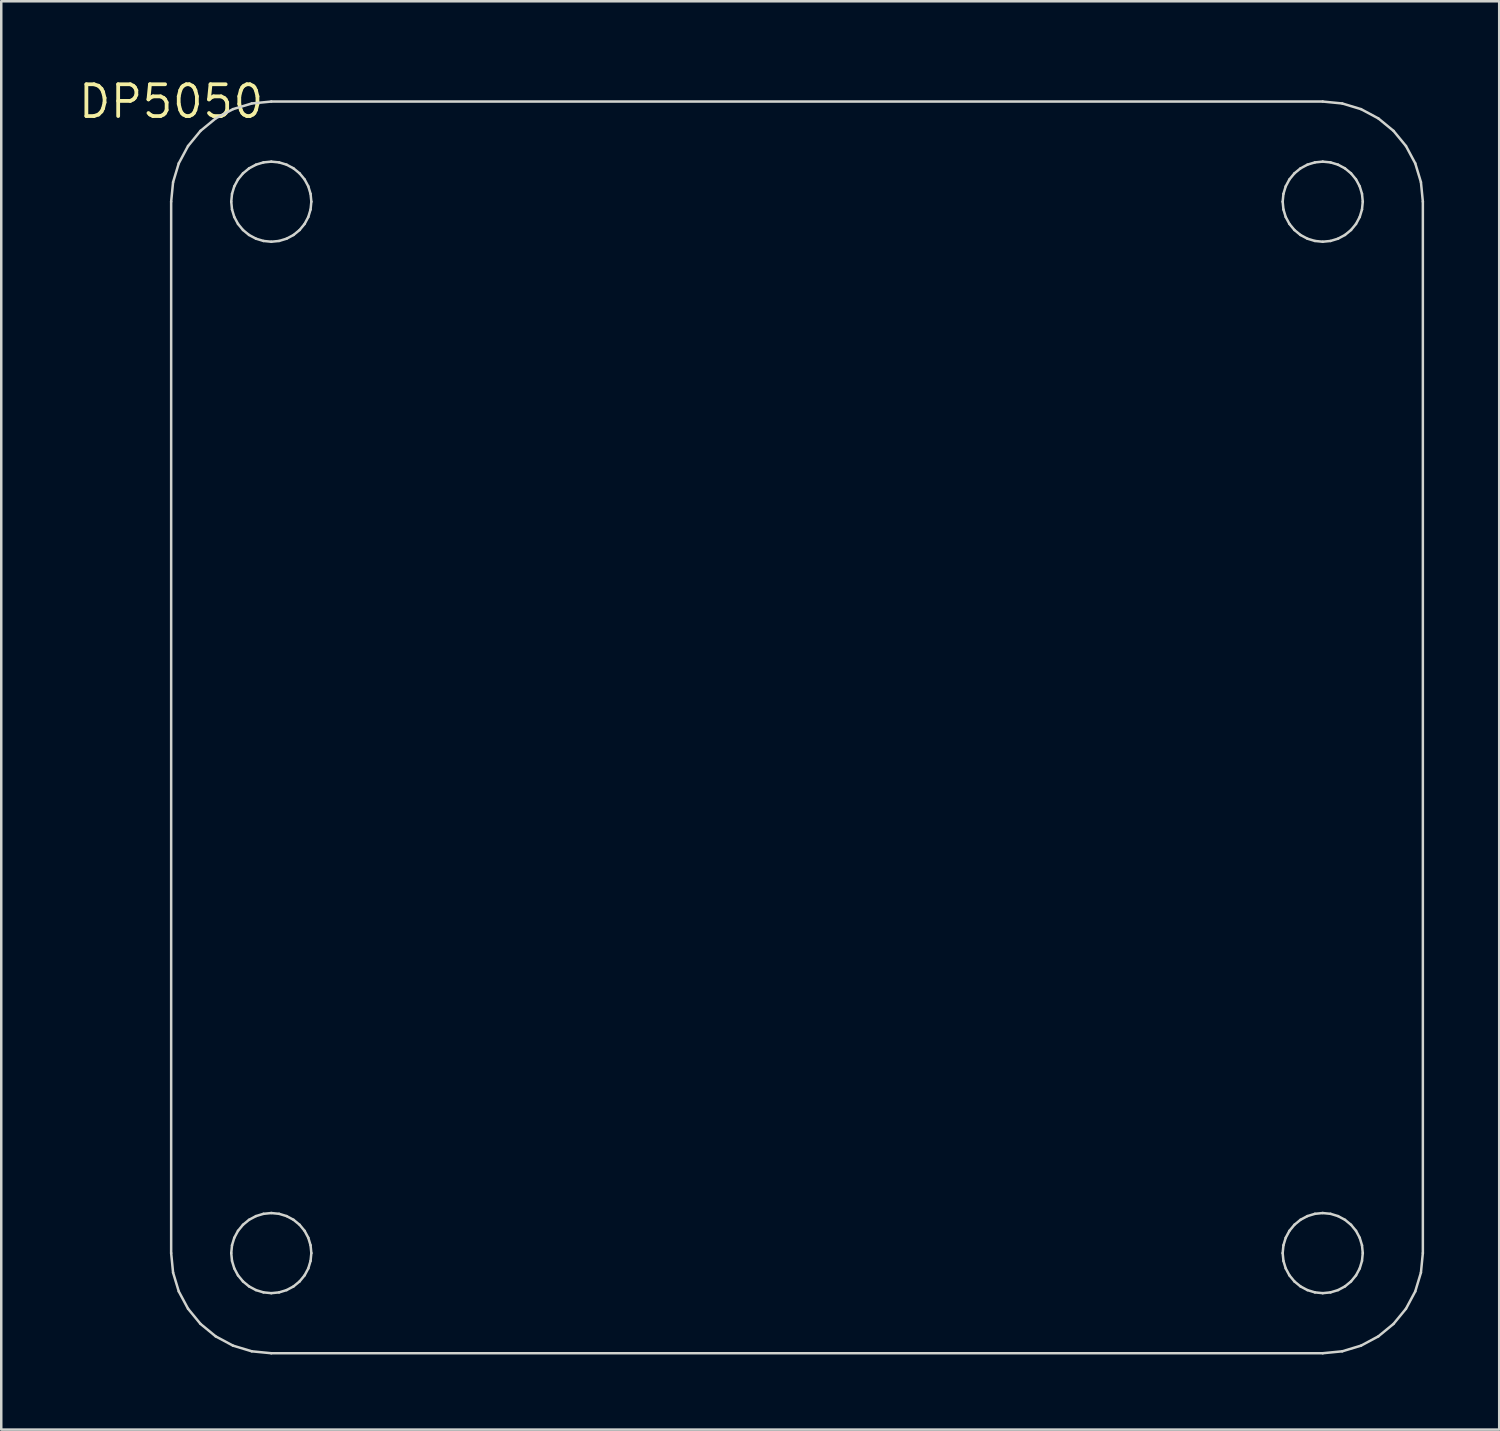
<source format=kicad_pcb>
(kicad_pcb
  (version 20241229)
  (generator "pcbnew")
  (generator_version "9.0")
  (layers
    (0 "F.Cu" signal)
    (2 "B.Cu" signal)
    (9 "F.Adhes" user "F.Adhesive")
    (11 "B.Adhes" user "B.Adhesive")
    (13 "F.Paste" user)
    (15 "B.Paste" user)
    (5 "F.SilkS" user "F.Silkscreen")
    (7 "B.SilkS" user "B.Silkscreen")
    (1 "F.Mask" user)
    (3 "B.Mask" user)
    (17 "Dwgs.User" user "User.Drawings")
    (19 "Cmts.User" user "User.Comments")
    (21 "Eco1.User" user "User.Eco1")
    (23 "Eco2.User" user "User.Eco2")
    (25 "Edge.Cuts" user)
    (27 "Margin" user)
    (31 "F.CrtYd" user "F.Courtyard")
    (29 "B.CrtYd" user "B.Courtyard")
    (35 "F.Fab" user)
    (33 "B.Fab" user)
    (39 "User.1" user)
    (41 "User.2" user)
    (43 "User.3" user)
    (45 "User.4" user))
  (footprint "DP5050"
    (layer "F.Cu")
    (at 3.787 1.006)
    (property "Reference" "DP5050" (at 0 0 0) (layer "F.SilkS") (effects (font (size 1.27 1.27) (thickness 0.15))))
    (attr through_hole)
    (fp_line (start 0 4) (end 0.077 3.22) (stroke (width 0.1) (type solid)) (layer "Edge.Cuts"))
    (fp_line (start 0 46) (end 0 4) (stroke (width 0.1) (type solid)) (layer "Edge.Cuts"))
    (fp_line (start 0.077 3.22) (end 0.304 2.469) (stroke (width 0.1) (type solid)) (layer "Edge.Cuts"))
    (fp_line (start 0.077 46.78) (end 0 46) (stroke (width 0.1) (type solid)) (layer "Edge.Cuts"))
    (fp_line (start 0.304 2.469) (end 0.674 1.778) (stroke (width 0.1) (type solid)) (layer "Edge.Cuts"))
    (fp_line (start 0.304 47.531) (end 0.077 46.78) (stroke (width 0.1) (type solid)) (layer "Edge.Cuts"))
    (fp_line (start 0.674 1.778) (end 1.172 1.172) (stroke (width 0.1) (type solid)) (layer "Edge.Cuts"))
    (fp_line (start 0.674 48.222) (end 0.304 47.531) (stroke (width 0.1) (type solid)) (layer "Edge.Cuts"))
    (fp_line (start 1.172 1.172) (end 1.778 0.674) (stroke (width 0.1) (type solid)) (layer "Edge.Cuts"))
    (fp_line (start 1.172 48.828) (end 0.674 48.222) (stroke (width 0.1) (type solid)) (layer "Edge.Cuts"))
    (fp_line (start 1.778 0.674) (end 2.469 0.304) (stroke (width 0.1) (type solid)) (layer "Edge.Cuts"))
    (fp_line (start 1.778 49.326) (end 1.172 48.828) (stroke (width 0.1) (type solid)) (layer "Edge.Cuts"))
    (fp_line (start 2.4 4) (end 2.431 4.312) (stroke (width 0.1) (type solid)) (layer "Edge.Cuts"))
    (fp_line (start 2.4 46) (end 2.431 46.312) (stroke (width 0.1) (type solid)) (layer "Edge.Cuts"))
    (fp_line (start 2.431 3.688) (end 2.4 4) (stroke (width 0.1) (type solid)) (layer "Edge.Cuts"))
    (fp_line (start 2.431 4.312) (end 2.522 4.612) (stroke (width 0.1) (type solid)) (layer "Edge.Cuts"))
    (fp_line (start 2.431 45.688) (end 2.4 46) (stroke (width 0.1) (type solid)) (layer "Edge.Cuts"))
    (fp_line (start 2.431 46.312) (end 2.522 46.612) (stroke (width 0.1) (type solid)) (layer "Edge.Cuts"))
    (fp_line (start 2.469 0.304) (end 3.22 0.077) (stroke (width 0.1) (type solid)) (layer "Edge.Cuts"))
    (fp_line (start 2.469 49.696) (end 1.778 49.326) (stroke (width 0.1) (type solid)) (layer "Edge.Cuts"))
    (fp_line (start 2.522 3.388) (end 2.431 3.688) (stroke (width 0.1) (type solid)) (layer "Edge.Cuts"))
    (fp_line (start 2.522 4.612) (end 2.67 4.889) (stroke (width 0.1) (type solid)) (layer "Edge.Cuts"))
    (fp_line (start 2.522 45.388) (end 2.431 45.688) (stroke (width 0.1) (type solid)) (layer "Edge.Cuts"))
    (fp_line (start 2.522 46.612) (end 2.67 46.889) (stroke (width 0.1) (type solid)) (layer "Edge.Cuts"))
    (fp_line (start 2.67 3.111) (end 2.522 3.388) (stroke (width 0.1) (type solid)) (layer "Edge.Cuts"))
    (fp_line (start 2.67 4.889) (end 2.869 5.131) (stroke (width 0.1) (type solid)) (layer "Edge.Cuts"))
    (fp_line (start 2.67 45.111) (end 2.522 45.388) (stroke (width 0.1) (type solid)) (layer "Edge.Cuts"))
    (fp_line (start 2.67 46.889) (end 2.869 47.131) (stroke (width 0.1) (type solid)) (layer "Edge.Cuts"))
    (fp_line (start 2.869 2.869) (end 2.67 3.111) (stroke (width 0.1) (type solid)) (layer "Edge.Cuts"))
    (fp_line (start 2.869 5.131) (end 3.111 5.33) (stroke (width 0.1) (type solid)) (layer "Edge.Cuts"))
    (fp_line (start 2.869 44.869) (end 2.67 45.111) (stroke (width 0.1) (type solid)) (layer "Edge.Cuts"))
    (fp_line (start 2.869 47.131) (end 3.111 47.33) (stroke (width 0.1) (type solid)) (layer "Edge.Cuts"))
    (fp_line (start 3.111 2.67) (end 2.869 2.869) (stroke (width 0.1) (type solid)) (layer "Edge.Cuts"))
    (fp_line (start 3.111 5.33) (end 3.388 5.478) (stroke (width 0.1) (type solid)) (layer "Edge.Cuts"))
    (fp_line (start 3.111 44.67) (end 2.869 44.869) (stroke (width 0.1) (type solid)) (layer "Edge.Cuts"))
    (fp_line (start 3.111 47.33) (end 3.388 47.478) (stroke (width 0.1) (type solid)) (layer "Edge.Cuts"))
    (fp_line (start 3.22 0.077) (end 4 0) (stroke (width 0.1) (type solid)) (layer "Edge.Cuts"))
    (fp_line (start 3.22 49.923) (end 2.469 49.696) (stroke (width 0.1) (type solid)) (layer "Edge.Cuts"))
    (fp_line (start 3.388 2.522) (end 3.111 2.67) (stroke (width 0.1) (type solid)) (layer "Edge.Cuts"))
    (fp_line (start 3.388 5.478) (end 3.688 5.569) (stroke (width 0.1) (type solid)) (layer "Edge.Cuts"))
    (fp_line (start 3.388 44.522) (end 3.111 44.67) (stroke (width 0.1) (type solid)) (layer "Edge.Cuts"))
    (fp_line (start 3.388 47.478) (end 3.688 47.569) (stroke (width 0.1) (type solid)) (layer "Edge.Cuts"))
    (fp_line (start 3.688 2.431) (end 3.388 2.522) (stroke (width 0.1) (type solid)) (layer "Edge.Cuts"))
    (fp_line (start 3.688 5.569) (end 4 5.6) (stroke (width 0.1) (type solid)) (layer "Edge.Cuts"))
    (fp_line (start 3.688 44.431) (end 3.388 44.522) (stroke (width 0.1) (type solid)) (layer "Edge.Cuts"))
    (fp_line (start 3.688 47.569) (end 4 47.6) (stroke (width 0.1) (type solid)) (layer "Edge.Cuts"))
    (fp_line (start 4 0) (end 46 0) (stroke (width 0.1) (type solid)) (layer "Edge.Cuts"))
    (fp_line (start 4 2.4) (end 3.688 2.431) (stroke (width 0.1) (type solid)) (layer "Edge.Cuts"))
    (fp_line (start 4 44.4) (end 3.688 44.431) (stroke (width 0.1) (type solid)) (layer "Edge.Cuts"))
    (fp_line (start 4 5.6) (end 4.312 5.569) (stroke (width 0.1) (type solid)) (layer "Edge.Cuts"))
    (fp_line (start 4 47.6) (end 4.312 47.569) (stroke (width 0.1) (type solid)) (layer "Edge.Cuts"))
    (fp_line (start 4 50) (end 3.22 49.923) (stroke (width 0.1) (type solid)) (layer "Edge.Cuts"))
    (fp_line (start 4.312 2.431) (end 4 2.4) (stroke (width 0.1) (type solid)) (layer "Edge.Cuts"))
    (fp_line (start 4.312 5.569) (end 4.612 5.478) (stroke (width 0.1) (type solid)) (layer "Edge.Cuts"))
    (fp_line (start 4.312 44.431) (end 4 44.4) (stroke (width 0.1) (type solid)) (layer "Edge.Cuts"))
    (fp_line (start 4.312 47.569) (end 4.612 47.478) (stroke (width 0.1) (type solid)) (layer "Edge.Cuts"))
    (fp_line (start 4.612 2.522) (end 4.312 2.431) (stroke (width 0.1) (type solid)) (layer "Edge.Cuts"))
    (fp_line (start 4.612 5.478) (end 4.889 5.33) (stroke (width 0.1) (type solid)) (layer "Edge.Cuts"))
    (fp_line (start 4.612 44.522) (end 4.312 44.431) (stroke (width 0.1) (type solid)) (layer "Edge.Cuts"))
    (fp_line (start 4.612 47.478) (end 4.889 47.33) (stroke (width 0.1) (type solid)) (layer "Edge.Cuts"))
    (fp_line (start 4.889 2.67) (end 4.612 2.522) (stroke (width 0.1) (type solid)) (layer "Edge.Cuts"))
    (fp_line (start 4.889 5.33) (end 5.131 5.131) (stroke (width 0.1) (type solid)) (layer "Edge.Cuts"))
    (fp_line (start 4.889 44.67) (end 4.612 44.522) (stroke (width 0.1) (type solid)) (layer "Edge.Cuts"))
    (fp_line (start 4.889 47.33) (end 5.131 47.131) (stroke (width 0.1) (type solid)) (layer "Edge.Cuts"))
    (fp_line (start 5.131 2.869) (end 4.889 2.67) (stroke (width 0.1) (type solid)) (layer "Edge.Cuts"))
    (fp_line (start 5.131 5.131) (end 5.33 4.889) (stroke (width 0.1) (type solid)) (layer "Edge.Cuts"))
    (fp_line (start 5.131 44.869) (end 4.889 44.67) (stroke (width 0.1) (type solid)) (layer "Edge.Cuts"))
    (fp_line (start 5.131 47.131) (end 5.33 46.889) (stroke (width 0.1) (type solid)) (layer "Edge.Cuts"))
    (fp_line (start 5.33 3.111) (end 5.131 2.869) (stroke (width 0.1) (type solid)) (layer "Edge.Cuts"))
    (fp_line (start 5.33 4.889) (end 5.478 4.612) (stroke (width 0.1) (type solid)) (layer "Edge.Cuts"))
    (fp_line (start 5.33 45.111) (end 5.131 44.869) (stroke (width 0.1) (type solid)) (layer "Edge.Cuts"))
    (fp_line (start 5.33 46.889) (end 5.478 46.612) (stroke (width 0.1) (type solid)) (layer "Edge.Cuts"))
    (fp_line (start 5.478 3.388) (end 5.33 3.111) (stroke (width 0.1) (type solid)) (layer "Edge.Cuts"))
    (fp_line (start 5.478 4.612) (end 5.569 4.312) (stroke (width 0.1) (type solid)) (layer "Edge.Cuts"))
    (fp_line (start 5.478 45.388) (end 5.33 45.111) (stroke (width 0.1) (type solid)) (layer "Edge.Cuts"))
    (fp_line (start 5.478 46.612) (end 5.569 46.312) (stroke (width 0.1) (type solid)) (layer "Edge.Cuts"))
    (fp_line (start 5.569 3.688) (end 5.478 3.388) (stroke (width 0.1) (type solid)) (layer "Edge.Cuts"))
    (fp_line (start 5.569 4.312) (end 5.6 4) (stroke (width 0.1) (type solid)) (layer "Edge.Cuts"))
    (fp_line (start 5.569 45.688) (end 5.478 45.388) (stroke (width 0.1) (type solid)) (layer "Edge.Cuts"))
    (fp_line (start 5.569 46.312) (end 5.6 46) (stroke (width 0.1) (type solid)) (layer "Edge.Cuts"))
    (fp_line (start 5.6 4) (end 5.569 3.688) (stroke (width 0.1) (type solid)) (layer "Edge.Cuts"))
    (fp_line (start 5.6 46) (end 5.569 45.688) (stroke (width 0.1) (type solid)) (layer "Edge.Cuts"))
    (fp_line (start 44.4 4) (end 44.431 4.312) (stroke (width 0.1) (type solid)) (layer "Edge.Cuts"))
    (fp_line (start 44.4 46) (end 44.431 46.312) (stroke (width 0.1) (type solid)) (layer "Edge.Cuts"))
    (fp_line (start 44.431 3.688) (end 44.4 4) (stroke (width 0.1) (type solid)) (layer "Edge.Cuts"))
    (fp_line (start 44.431 4.312) (end 44.522 4.612) (stroke (width 0.1) (type solid)) (layer "Edge.Cuts"))
    (fp_line (start 44.431 45.688) (end 44.4 46) (stroke (width 0.1) (type solid)) (layer "Edge.Cuts"))
    (fp_line (start 44.431 46.312) (end 44.522 46.612) (stroke (width 0.1) (type solid)) (layer "Edge.Cuts"))
    (fp_line (start 44.522 3.388) (end 44.431 3.688) (stroke (width 0.1) (type solid)) (layer "Edge.Cuts"))
    (fp_line (start 44.522 4.612) (end 44.67 4.889) (stroke (width 0.1) (type solid)) (layer "Edge.Cuts"))
    (fp_line (start 44.522 45.388) (end 44.431 45.688) (stroke (width 0.1) (type solid)) (layer "Edge.Cuts"))
    (fp_line (start 44.522 46.612) (end 44.67 46.889) (stroke (width 0.1) (type solid)) (layer "Edge.Cuts"))
    (fp_line (start 44.67 3.111) (end 44.522 3.388) (stroke (width 0.1) (type solid)) (layer "Edge.Cuts"))
    (fp_line (start 44.67 4.889) (end 44.869 5.131) (stroke (width 0.1) (type solid)) (layer "Edge.Cuts"))
    (fp_line (start 44.67 45.111) (end 44.522 45.388) (stroke (width 0.1) (type solid)) (layer "Edge.Cuts"))
    (fp_line (start 44.67 46.889) (end 44.869 47.131) (stroke (width 0.1) (type solid)) (layer "Edge.Cuts"))
    (fp_line (start 44.869 2.869) (end 44.67 3.111) (stroke (width 0.1) (type solid)) (layer "Edge.Cuts"))
    (fp_line (start 44.869 5.131) (end 45.111 5.33) (stroke (width 0.1) (type solid)) (layer "Edge.Cuts"))
    (fp_line (start 44.869 44.869) (end 44.67 45.111) (stroke (width 0.1) (type solid)) (layer "Edge.Cuts"))
    (fp_line (start 44.869 47.131) (end 45.111 47.33) (stroke (width 0.1) (type solid)) (layer "Edge.Cuts"))
    (fp_line (start 45.111 2.67) (end 44.869 2.869) (stroke (width 0.1) (type solid)) (layer "Edge.Cuts"))
    (fp_line (start 45.111 5.33) (end 45.388 5.478) (stroke (width 0.1) (type solid)) (layer "Edge.Cuts"))
    (fp_line (start 45.111 44.67) (end 44.869 44.869) (stroke (width 0.1) (type solid)) (layer "Edge.Cuts"))
    (fp_line (start 45.111 47.33) (end 45.388 47.478) (stroke (width 0.1) (type solid)) (layer "Edge.Cuts"))
    (fp_line (start 45.388 2.522) (end 45.111 2.67) (stroke (width 0.1) (type solid)) (layer "Edge.Cuts"))
    (fp_line (start 45.388 5.478) (end 45.688 5.569) (stroke (width 0.1) (type solid)) (layer "Edge.Cuts"))
    (fp_line (start 45.388 44.522) (end 45.111 44.67) (stroke (width 0.1) (type solid)) (layer "Edge.Cuts"))
    (fp_line (start 45.388 47.478) (end 45.688 47.569) (stroke (width 0.1) (type solid)) (layer "Edge.Cuts"))
    (fp_line (start 45.688 2.431) (end 45.388 2.522) (stroke (width 0.1) (type solid)) (layer "Edge.Cuts"))
    (fp_line (start 45.688 5.569) (end 46 5.6) (stroke (width 0.1) (type solid)) (layer "Edge.Cuts"))
    (fp_line (start 45.688 44.431) (end 45.388 44.522) (stroke (width 0.1) (type solid)) (layer "Edge.Cuts"))
    (fp_line (start 45.688 47.569) (end 46 47.6) (stroke (width 0.1) (type solid)) (layer "Edge.Cuts"))
    (fp_line (start 46 0) (end 46.78 0.077) (stroke (width 0.1) (type solid)) (layer "Edge.Cuts"))
    (fp_line (start 46 2.4) (end 45.688 2.431) (stroke (width 0.1) (type solid)) (layer "Edge.Cuts"))
    (fp_line (start 46 5.6) (end 46.312 5.569) (stroke (width 0.1) (type solid)) (layer "Edge.Cuts"))
    (fp_line (start 46 44.4) (end 45.688 44.431) (stroke (width 0.1) (type solid)) (layer "Edge.Cuts"))
    (fp_line (start 46 47.6) (end 46.312 47.569) (stroke (width 0.1) (type solid)) (layer "Edge.Cuts"))
    (fp_line (start 46 50) (end 4 50) (stroke (width 0.1) (type solid)) (layer "Edge.Cuts"))
    (fp_line (start 46.312 2.431) (end 46 2.4) (stroke (width 0.1) (type solid)) (layer "Edge.Cuts"))
    (fp_line (start 46.312 5.569) (end 46.612 5.478) (stroke (width 0.1) (type solid)) (layer "Edge.Cuts"))
    (fp_line (start 46.312 44.431) (end 46 44.4) (stroke (width 0.1) (type solid)) (layer "Edge.Cuts"))
    (fp_line (start 46.312 47.569) (end 46.612 47.478) (stroke (width 0.1) (type solid)) (layer "Edge.Cuts"))
    (fp_line (start 46.612 2.522) (end 46.312 2.431) (stroke (width 0.1) (type solid)) (layer "Edge.Cuts"))
    (fp_line (start 46.612 5.478) (end 46.889 5.33) (stroke (width 0.1) (type solid)) (layer "Edge.Cuts"))
    (fp_line (start 46.612 44.522) (end 46.312 44.431) (stroke (width 0.1) (type solid)) (layer "Edge.Cuts"))
    (fp_line (start 46.612 47.478) (end 46.889 47.33) (stroke (width 0.1) (type solid)) (layer "Edge.Cuts"))
    (fp_line (start 46.78 0.077) (end 47.531 0.304) (stroke (width 0.1) (type solid)) (layer "Edge.Cuts"))
    (fp_line (start 46.78 49.923) (end 46 50) (stroke (width 0.1) (type solid)) (layer "Edge.Cuts"))
    (fp_line (start 46.889 2.67) (end 46.612 2.522) (stroke (width 0.1) (type solid)) (layer "Edge.Cuts"))
    (fp_line (start 46.889 5.33) (end 47.131 5.131) (stroke (width 0.1) (type solid)) (layer "Edge.Cuts"))
    (fp_line (start 46.889 44.67) (end 46.612 44.522) (stroke (width 0.1) (type solid)) (layer "Edge.Cuts"))
    (fp_line (start 46.889 47.33) (end 47.131 47.131) (stroke (width 0.1) (type solid)) (layer "Edge.Cuts"))
    (fp_line (start 47.131 2.869) (end 46.889 2.67) (stroke (width 0.1) (type solid)) (layer "Edge.Cuts"))
    (fp_line (start 47.131 5.131) (end 47.33 4.889) (stroke (width 0.1) (type solid)) (layer "Edge.Cuts"))
    (fp_line (start 47.131 44.869) (end 46.889 44.67) (stroke (width 0.1) (type solid)) (layer "Edge.Cuts"))
    (fp_line (start 47.131 47.131) (end 47.33 46.889) (stroke (width 0.1) (type solid)) (layer "Edge.Cuts"))
    (fp_line (start 47.33 3.111) (end 47.131 2.869) (stroke (width 0.1) (type solid)) (layer "Edge.Cuts"))
    (fp_line (start 47.33 4.889) (end 47.478 4.612) (stroke (width 0.1) (type solid)) (layer "Edge.Cuts"))
    (fp_line (start 47.33 45.111) (end 47.131 44.869) (stroke (width 0.1) (type solid)) (layer "Edge.Cuts"))
    (fp_line (start 47.33 46.889) (end 47.478 46.612) (stroke (width 0.1) (type solid)) (layer "Edge.Cuts"))
    (fp_line (start 47.478 3.388) (end 47.33 3.111) (stroke (width 0.1) (type solid)) (layer "Edge.Cuts"))
    (fp_line (start 47.478 4.612) (end 47.569 4.312) (stroke (width 0.1) (type solid)) (layer "Edge.Cuts"))
    (fp_line (start 47.478 45.388) (end 47.33 45.111) (stroke (width 0.1) (type solid)) (layer "Edge.Cuts"))
    (fp_line (start 47.478 46.612) (end 47.569 46.312) (stroke (width 0.1) (type solid)) (layer "Edge.Cuts"))
    (fp_line (start 47.531 0.304) (end 48.222 0.674) (stroke (width 0.1) (type solid)) (layer "Edge.Cuts"))
    (fp_line (start 47.531 49.696) (end 46.78 49.923) (stroke (width 0.1) (type solid)) (layer "Edge.Cuts"))
    (fp_line (start 47.569 3.688) (end 47.478 3.388) (stroke (width 0.1) (type solid)) (layer "Edge.Cuts"))
    (fp_line (start 47.569 4.312) (end 47.6 4) (stroke (width 0.1) (type solid)) (layer "Edge.Cuts"))
    (fp_line (start 47.569 45.688) (end 47.478 45.388) (stroke (width 0.1) (type solid)) (layer "Edge.Cuts"))
    (fp_line (start 47.569 46.312) (end 47.6 46) (stroke (width 0.1) (type solid)) (layer "Edge.Cuts"))
    (fp_line (start 47.6 4) (end 47.569 3.688) (stroke (width 0.1) (type solid)) (layer "Edge.Cuts"))
    (fp_line (start 47.6 46) (end 47.569 45.688) (stroke (width 0.1) (type solid)) (layer "Edge.Cuts"))
    (fp_line (start 48.222 0.674) (end 48.828 1.172) (stroke (width 0.1) (type solid)) (layer "Edge.Cuts"))
    (fp_line (start 48.222 49.326) (end 47.531 49.696) (stroke (width 0.1) (type solid)) (layer "Edge.Cuts"))
    (fp_line (start 48.828 1.172) (end 49.326 1.778) (stroke (width 0.1) (type solid)) (layer "Edge.Cuts"))
    (fp_line (start 48.828 48.828) (end 48.222 49.326) (stroke (width 0.1) (type solid)) (layer "Edge.Cuts"))
    (fp_line (start 49.326 1.778) (end 49.696 2.469) (stroke (width 0.1) (type solid)) (layer "Edge.Cuts"))
    (fp_line (start 49.326 48.222) (end 48.828 48.828) (stroke (width 0.1) (type solid)) (layer "Edge.Cuts"))
    (fp_line (start 49.696 2.469) (end 49.923 3.22) (stroke (width 0.1) (type solid)) (layer "Edge.Cuts"))
    (fp_line (start 49.696 47.531) (end 49.326 48.222) (stroke (width 0.1) (type solid)) (layer "Edge.Cuts"))
    (fp_line (start 49.923 3.22) (end 50 4) (stroke (width 0.1) (type solid)) (layer "Edge.Cuts"))
    (fp_line (start 49.923 46.78) (end 49.696 47.531) (stroke (width 0.1) (type solid)) (layer "Edge.Cuts"))
    (fp_line (start 50 4) (end 50 46) (stroke (width 0.1) (type solid)) (layer "Edge.Cuts"))
    (fp_line (start 50 46) (end 49.923 46.78) (stroke (width 0.1) (type solid)) (layer "Edge.Cuts")))
  (gr_rect
    (start -3 -3)
    (end 56.837 54.056)
    (stroke (width 0.1) (type default))
    (fill no)
    (layer "Edge.Cuts")))
</source>
